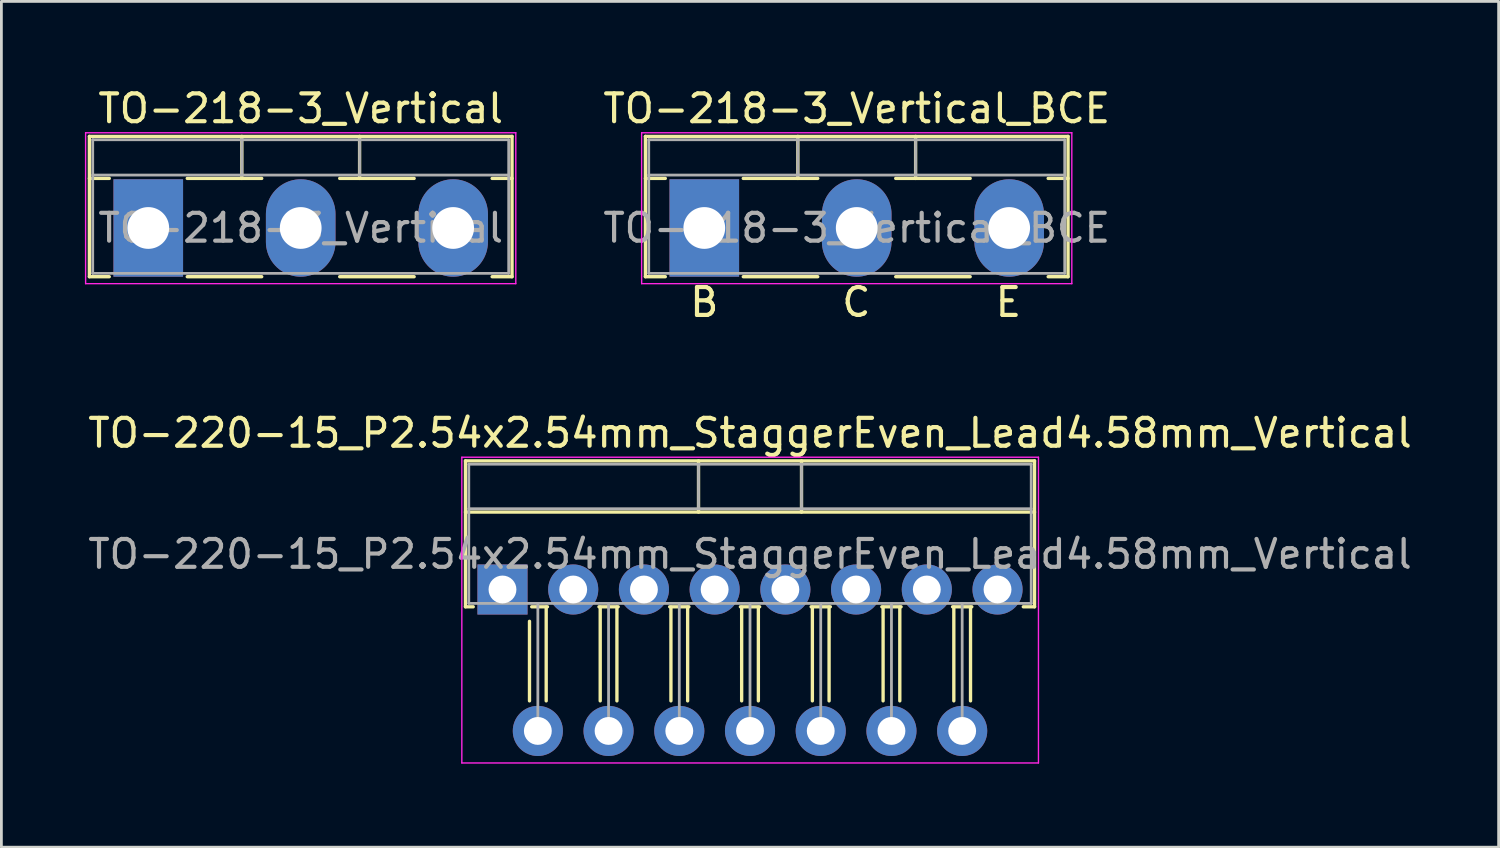
<source format=kicad_pcb>
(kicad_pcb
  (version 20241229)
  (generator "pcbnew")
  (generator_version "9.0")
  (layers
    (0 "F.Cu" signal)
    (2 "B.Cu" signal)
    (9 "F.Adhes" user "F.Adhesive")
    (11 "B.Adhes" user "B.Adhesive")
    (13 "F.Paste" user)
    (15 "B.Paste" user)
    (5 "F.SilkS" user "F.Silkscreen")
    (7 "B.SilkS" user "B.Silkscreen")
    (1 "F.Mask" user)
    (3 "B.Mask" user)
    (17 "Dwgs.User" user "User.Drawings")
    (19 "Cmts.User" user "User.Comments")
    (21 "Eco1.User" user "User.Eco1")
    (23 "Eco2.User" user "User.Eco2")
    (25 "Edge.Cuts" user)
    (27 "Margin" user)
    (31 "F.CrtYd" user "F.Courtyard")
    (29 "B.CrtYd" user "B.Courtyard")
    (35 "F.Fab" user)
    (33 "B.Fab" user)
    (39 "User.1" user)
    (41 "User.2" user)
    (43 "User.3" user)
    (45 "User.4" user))
  (footprint "TO-220-15_P2.54x2.54mm_StaggerEven_Lead4.58mm_Vertical"
    (layer "F.Cu")
    (at 14.997 18.122)
    (property "Reference" "TO-220-15_P2.54x2.54mm_StaggerEven_Lead4.58mm_Vertical" (at 8.89 -5.62 0) (layer "F.SilkS") (effects (font (size 1 1) (thickness 0.15))))
    (attr through_hole)
    (fp_line (start -1.33 -4.62) (end -1.33 0.621) (stroke (width 0.12) (type solid)) (layer "F.SilkS"))
    (fp_line (start -1.33 -4.62) (end 19.11 -4.62) (stroke (width 0.12) (type solid)) (layer "F.SilkS"))
    (fp_line (start -1.33 -2.78) (end 19.11 -2.78) (stroke (width 0.12) (type solid)) (layer "F.SilkS"))
    (fp_line (start -1.33 0.621) (end -1.05 0.621) (stroke (width 0.12) (type solid)) (layer "F.SilkS"))
    (fp_line (start 0.97 4) (end 0.97 1.143) (stroke (width 0.12) (type solid)) (layer "F.SilkS"))
    (fp_line (start 1.05 0.621) (end 1.616 0.621) (stroke (width 0.12) (type solid)) (layer "F.SilkS"))
    (fp_line (start 1.57 4) (end 1.57 0.635) (stroke (width 0.12) (type solid)) (layer "F.SilkS"))
    (fp_line (start 3.465 0.621) (end 4.156 0.621) (stroke (width 0.12) (type solid)) (layer "F.SilkS"))
    (fp_line (start 3.51 4) (end 3.51 0.635) (stroke (width 0.12) (type solid)) (layer "F.SilkS"))
    (fp_line (start 4.11 4) (end 4.11 0.635) (stroke (width 0.12) (type solid)) (layer "F.SilkS"))
    (fp_line (start 6.005 0.621) (end 6.696 0.621) (stroke (width 0.12) (type solid)) (layer "F.SilkS"))
    (fp_line (start 6.05 4) (end 6.05 0.635) (stroke (width 0.12) (type solid)) (layer "F.SilkS"))
    (fp_line (start 6.65 4) (end 6.65 0.635) (stroke (width 0.12) (type solid)) (layer "F.SilkS"))
    (fp_line (start 7.041 -4.62) (end 7.041 -2.78) (stroke (width 0.12) (type solid)) (layer "F.SilkS"))
    (fp_line (start 8.545 0.621) (end 9.236 0.621) (stroke (width 0.12) (type solid)) (layer "F.SilkS"))
    (fp_line (start 8.59 4) (end 8.59 0.635) (stroke (width 0.12) (type solid)) (layer "F.SilkS"))
    (fp_line (start 9.19 4) (end 9.19 0.635) (stroke (width 0.12) (type solid)) (layer "F.SilkS"))
    (fp_line (start 10.74 -4.62) (end 10.74 -2.78) (stroke (width 0.12) (type solid)) (layer "F.SilkS"))
    (fp_line (start 11.085 0.621) (end 11.776 0.621) (stroke (width 0.12) (type solid)) (layer "F.SilkS"))
    (fp_line (start 11.13 4) (end 11.13 0.635) (stroke (width 0.12) (type solid)) (layer "F.SilkS"))
    (fp_line (start 11.73 4) (end 11.73 0.635) (stroke (width 0.12) (type solid)) (layer "F.SilkS"))
    (fp_line (start 13.625 0.621) (end 14.316 0.621) (stroke (width 0.12) (type solid)) (layer "F.SilkS"))
    (fp_line (start 13.67 4) (end 13.67 0.635) (stroke (width 0.12) (type solid)) (layer "F.SilkS"))
    (fp_line (start 14.27 4) (end 14.27 0.635) (stroke (width 0.12) (type solid)) (layer "F.SilkS"))
    (fp_line (start 16.165 0.621) (end 16.856 0.621) (stroke (width 0.12) (type solid)) (layer "F.SilkS"))
    (fp_line (start 16.21 4) (end 16.21 0.635) (stroke (width 0.12) (type solid)) (layer "F.SilkS"))
    (fp_line (start 16.81 4) (end 16.81 0.635) (stroke (width 0.12) (type solid)) (layer "F.SilkS"))
    (fp_line (start 18.705 0.621) (end 19.11 0.621) (stroke (width 0.12) (type solid)) (layer "F.SilkS"))
    (fp_line (start 19.11 -4.62) (end 19.11 0.621) (stroke (width 0.12) (type solid)) (layer "F.SilkS"))
    (fp_line (start -1.46 -4.75) (end -1.46 6.23) (stroke (width 0.05) (type solid)) (layer "F.CrtYd"))
    (fp_line (start -1.46 6.23) (end 19.25 6.23) (stroke (width 0.05) (type solid)) (layer "F.CrtYd"))
    (fp_line (start 19.25 -4.75) (end -1.46 -4.75) (stroke (width 0.05) (type solid)) (layer "F.CrtYd"))
    (fp_line (start 19.25 6.23) (end 19.25 -4.75) (stroke (width 0.05) (type solid)) (layer "F.CrtYd"))
    (fp_line (start -1.21 -4.5) (end -1.21 0.5) (stroke (width 0.1) (type solid)) (layer "F.Fab"))
    (fp_line (start -1.21 -2.9) (end 18.99 -2.9) (stroke (width 0.1) (type solid)) (layer "F.Fab"))
    (fp_line (start -1.21 0.5) (end 18.99 0.5) (stroke (width 0.1) (type solid)) (layer "F.Fab"))
    (fp_line (start 1.27 0.5) (end 1.27 5.08) (stroke (width 0.1) (type solid)) (layer "F.Fab"))
    (fp_line (start 3.81 0.5) (end 3.81 5.08) (stroke (width 0.1) (type solid)) (layer "F.Fab"))
    (fp_line (start 6.35 0.5) (end 6.35 5.08) (stroke (width 0.1) (type solid)) (layer "F.Fab"))
    (fp_line (start 7.04 -4.5) (end 7.04 -2.9) (stroke (width 0.1) (type solid)) (layer "F.Fab"))
    (fp_line (start 8.89 0.5) (end 8.89 5.08) (stroke (width 0.1) (type solid)) (layer "F.Fab"))
    (fp_line (start 10.74 -4.5) (end 10.74 -2.9) (stroke (width 0.1) (type solid)) (layer "F.Fab"))
    (fp_line (start 11.43 0.5) (end 11.43 5.08) (stroke (width 0.1) (type solid)) (layer "F.Fab"))
    (fp_line (start 13.97 0.5) (end 13.97 5.08) (stroke (width 0.1) (type solid)) (layer "F.Fab"))
    (fp_line (start 16.51 0.5) (end 16.51 5.08) (stroke (width 0.1) (type solid)) (layer "F.Fab"))
    (fp_line (start 18.99 -4.5) (end -1.21 -4.5) (stroke (width 0.1) (type solid)) (layer "F.Fab"))
    (fp_line (start 18.99 0.5) (end 18.99 -4.5) (stroke (width 0.1) (type solid)) (layer "F.Fab"))
    (fp_text user "${REFERENCE}" (at 8.89 -1.27 0) (layer "F.Fab") (effects (font (size 1 1) (thickness 0.15))))
    (pad "1" thru_hole rect (at 0 0) (size 1.8 1.8) (drill 1) (layers "*.Cu" "*.Mask"))
    (pad "2" thru_hole oval (at 1.27 5.08) (size 1.8 1.8) (drill 1) (layers "*.Cu" "*.Mask"))
    (pad "3" thru_hole oval (at 2.54 0) (size 1.8 1.8) (drill 1) (layers "*.Cu" "*.Mask"))
    (pad "4" thru_hole oval (at 3.81 5.08) (size 1.8 1.8) (drill 1) (layers "*.Cu" "*.Mask"))
    (pad "5" thru_hole oval (at 5.08 0) (size 1.8 1.8) (drill 1) (layers "*.Cu" "*.Mask"))
    (pad "6" thru_hole oval (at 6.35 5.08) (size 1.8 1.8) (drill 1) (layers "*.Cu" "*.Mask"))
    (pad "7" thru_hole oval (at 7.62 0) (size 1.8 1.8) (drill 1) (layers "*.Cu" "*.Mask"))
    (pad "8" thru_hole oval (at 8.89 5.08) (size 1.8 1.8) (drill 1) (layers "*.Cu" "*.Mask"))
    (pad "9" thru_hole oval (at 10.16 0) (size 1.8 1.8) (drill 1) (layers "*.Cu" "*.Mask"))
    (pad "10" thru_hole oval (at 11.43 5.08) (size 1.8 1.8) (drill 1) (layers "*.Cu" "*.Mask"))
    (pad "11" thru_hole oval (at 12.7 0) (size 1.8 1.8) (drill 1) (layers "*.Cu" "*.Mask"))
    (pad "12" thru_hole oval (at 13.97 5.08) (size 1.8 1.8) (drill 1) (layers "*.Cu" "*.Mask"))
    (pad "13" thru_hole oval (at 15.24 0) (size 1.8 1.8) (drill 1) (layers "*.Cu" "*.Mask"))
    (pad "14" thru_hole oval (at 16.51 5.08) (size 1.8 1.8) (drill 1) (layers "*.Cu" "*.Mask"))
    (pad "15" thru_hole oval (at 17.78 0) (size 1.8 1.8) (drill 1) (layers "*.Cu" "*.Mask")))
  (footprint "TO-218-3_Vertical_BCE"
    (layer "F.Cu")
    (at 22.245 5.138)
    (property "Reference" "TO-218-3_Vertical_BCE" (at 5.475 -4.29 0) (layer "F.SilkS") (effects (font (size 1 1) (thickness 0.15))))
    (fp_line (start -2.115 -3.29) (end -2.115 1.75) (stroke (width 0.12) (type solid)) (layer "F.SilkS"))
    (fp_line (start -2.115 -3.29) (end 13.065 -3.29) (stroke (width 0.12) (type solid)) (layer "F.SilkS"))
    (fp_line (start -2.115 -1.78) (end -1.4 -1.78) (stroke (width 0.12) (type solid)) (layer "F.SilkS"))
    (fp_line (start -2.115 1.75) (end -1.4 1.75) (stroke (width 0.12) (type solid)) (layer "F.SilkS"))
    (fp_line (start 1.4 -1.78) (end 4.075 -1.78) (stroke (width 0.12) (type solid)) (layer "F.SilkS"))
    (fp_line (start 1.4 1.75) (end 4.075 1.75) (stroke (width 0.12) (type solid)) (layer "F.SilkS"))
    (fp_line (start 3.36 -3.29) (end 3.36 -1.78) (stroke (width 0.12) (type solid)) (layer "F.SilkS"))
    (fp_line (start 6.875 -1.78) (end 9.55 -1.78) (stroke (width 0.12) (type solid)) (layer "F.SilkS"))
    (fp_line (start 6.875 1.75) (end 9.55 1.75) (stroke (width 0.12) (type solid)) (layer "F.SilkS"))
    (fp_line (start 7.59 -3.29) (end 7.59 -1.78) (stroke (width 0.12) (type solid)) (layer "F.SilkS"))
    (fp_line (start 12.35 -1.78) (end 13.065 -1.78) (stroke (width 0.12) (type solid)) (layer "F.SilkS"))
    (fp_line (start 12.35 1.75) (end 13.065 1.75) (stroke (width 0.12) (type solid)) (layer "F.SilkS"))
    (fp_line (start 13.065 -3.29) (end 13.065 1.75) (stroke (width 0.12) (type solid)) (layer "F.SilkS"))
    (fp_line (start -2.25 -3.42) (end -2.25 2) (stroke (width 0.05) (type solid)) (layer "F.CrtYd"))
    (fp_line (start -2.25 2) (end 13.2 2) (stroke (width 0.05) (type solid)) (layer "F.CrtYd"))
    (fp_line (start 13.2 -3.42) (end -2.25 -3.42) (stroke (width 0.05) (type solid)) (layer "F.CrtYd"))
    (fp_line (start 13.2 2) (end 13.2 -3.42) (stroke (width 0.05) (type solid)) (layer "F.CrtYd"))
    (fp_line (start -1.995 -3.17) (end -1.995 1.63) (stroke (width 0.1) (type solid)) (layer "F.Fab"))
    (fp_line (start -1.995 -1.9) (end 12.945 -1.9) (stroke (width 0.1) (type solid)) (layer "F.Fab"))
    (fp_line (start -1.995 1.63) (end 12.945 1.63) (stroke (width 0.1) (type solid)) (layer "F.Fab"))
    (fp_line (start 3.36 -3.17) (end 3.36 -1.9) (stroke (width 0.1) (type solid)) (layer "F.Fab"))
    (fp_line (start 7.59 -3.17) (end 7.59 -1.9) (stroke (width 0.1) (type solid)) (layer "F.Fab"))
    (fp_line (start 12.945 -3.17) (end -1.995 -3.17) (stroke (width 0.1) (type solid)) (layer "F.Fab"))
    (fp_line (start 12.945 1.63) (end 12.945 -3.17) (stroke (width 0.1) (type solid)) (layer "F.Fab"))
    (fp_text user "B" (at 0 2.667 0) (unlocked yes) (layer "F.SilkS") (effects (font (size 1 1) (thickness 0.15))))
    (fp_text user "E" (at 10.922 2.667 0) (unlocked yes) (layer "F.SilkS") (effects (font (size 1 1) (thickness 0.15))))
    (fp_text user "C" (at 5.461 2.667 0) (unlocked yes) (layer "F.SilkS") (effects (font (size 1 1) (thickness 0.15))))
    (fp_text user "${REFERENCE}" (at 5.475 0 0) (layer "F.Fab") (effects (font (size 1 1) (thickness 0.15))))
    (pad "1" thru_hole rect (at 0 0) (size 2.5 3.5) (drill 1.5) (layers "*.Cu" "*.Mask"))
    (pad "2" thru_hole oval (at 5.475 0) (size 2.5 3.5) (drill 1.5) (layers "*.Cu" "*.Mask"))
    (pad "3" thru_hole oval (at 10.95 0) (size 2.5 3.5) (drill 1.5) (layers "*.Cu" "*.Mask")))
  (footprint "TO-218-3_Vertical"
    (layer "F.Cu")
    (at 2.275 5.138)
    (property "Reference" "TO-218-3_Vertical" (at 5.475 -4.29 0) (layer "F.SilkS") (effects (font (size 1 1) (thickness 0.15))))
    (attr through_hole)
    (fp_line (start -2.115 -3.29) (end -2.115 1.75) (stroke (width 0.12) (type solid)) (layer "F.SilkS"))
    (fp_line (start -2.115 -3.29) (end 13.065 -3.29) (stroke (width 0.12) (type solid)) (layer "F.SilkS"))
    (fp_line (start -2.115 -1.78) (end -1.4 -1.78) (stroke (width 0.12) (type solid)) (layer "F.SilkS"))
    (fp_line (start -2.115 1.75) (end -1.4 1.75) (stroke (width 0.12) (type solid)) (layer "F.SilkS"))
    (fp_line (start 1.4 -1.78) (end 4.075 -1.78) (stroke (width 0.12) (type solid)) (layer "F.SilkS"))
    (fp_line (start 1.4 1.75) (end 4.075 1.75) (stroke (width 0.12) (type solid)) (layer "F.SilkS"))
    (fp_line (start 3.36 -3.29) (end 3.36 -1.78) (stroke (width 0.12) (type solid)) (layer "F.SilkS"))
    (fp_line (start 6.875 -1.78) (end 9.55 -1.78) (stroke (width 0.12) (type solid)) (layer "F.SilkS"))
    (fp_line (start 6.875 1.75) (end 9.55 1.75) (stroke (width 0.12) (type solid)) (layer "F.SilkS"))
    (fp_line (start 7.59 -3.29) (end 7.59 -1.78) (stroke (width 0.12) (type solid)) (layer "F.SilkS"))
    (fp_line (start 12.35 -1.78) (end 13.065 -1.78) (stroke (width 0.12) (type solid)) (layer "F.SilkS"))
    (fp_line (start 12.35 1.75) (end 13.065 1.75) (stroke (width 0.12) (type solid)) (layer "F.SilkS"))
    (fp_line (start 13.065 -3.29) (end 13.065 1.75) (stroke (width 0.12) (type solid)) (layer "F.SilkS"))
    (fp_line (start -2.25 -3.42) (end -2.25 2) (stroke (width 0.05) (type solid)) (layer "F.CrtYd"))
    (fp_line (start -2.25 2) (end 13.2 2) (stroke (width 0.05) (type solid)) (layer "F.CrtYd"))
    (fp_line (start 13.2 -3.42) (end -2.25 -3.42) (stroke (width 0.05) (type solid)) (layer "F.CrtYd"))
    (fp_line (start 13.2 2) (end 13.2 -3.42) (stroke (width 0.05) (type solid)) (layer "F.CrtYd"))
    (fp_line (start -1.995 -3.17) (end -1.995 1.63) (stroke (width 0.1) (type solid)) (layer "F.Fab"))
    (fp_line (start -1.995 -1.9) (end 12.945 -1.9) (stroke (width 0.1) (type solid)) (layer "F.Fab"))
    (fp_line (start -1.995 1.63) (end 12.945 1.63) (stroke (width 0.1) (type solid)) (layer "F.Fab"))
    (fp_line (start 3.36 -3.17) (end 3.36 -1.9) (stroke (width 0.1) (type solid)) (layer "F.Fab"))
    (fp_line (start 7.59 -3.17) (end 7.59 -1.9) (stroke (width 0.1) (type solid)) (layer "F.Fab"))
    (fp_line (start 12.945 -3.17) (end -1.995 -3.17) (stroke (width 0.1) (type solid)) (layer "F.Fab"))
    (fp_line (start 12.945 1.63) (end 12.945 -3.17) (stroke (width 0.1) (type solid)) (layer "F.Fab"))
    (fp_text user "${REFERENCE}" (at 5.475 0 0) (layer "F.Fab") (effects (font (size 1 1) (thickness 0.15))))
    (pad "1" thru_hole rect (at 0 0) (size 2.5 3.5) (drill 1.5) (layers "*.Cu" "*.Mask"))
    (pad "2" thru_hole oval (at 5.475 0) (size 2.5 3.5) (drill 1.5) (layers "*.Cu" "*.Mask"))
    (pad "3" thru_hole oval (at 10.95 0) (size 2.5 3.5) (drill 1.5) (layers "*.Cu" "*.Mask")))
  (gr_rect
    (start -3 -3)
    (end 50.774 27.377)
    (stroke (width 0.1) (type default))
    (fill no)
    (layer "Edge.Cuts")))
</source>
